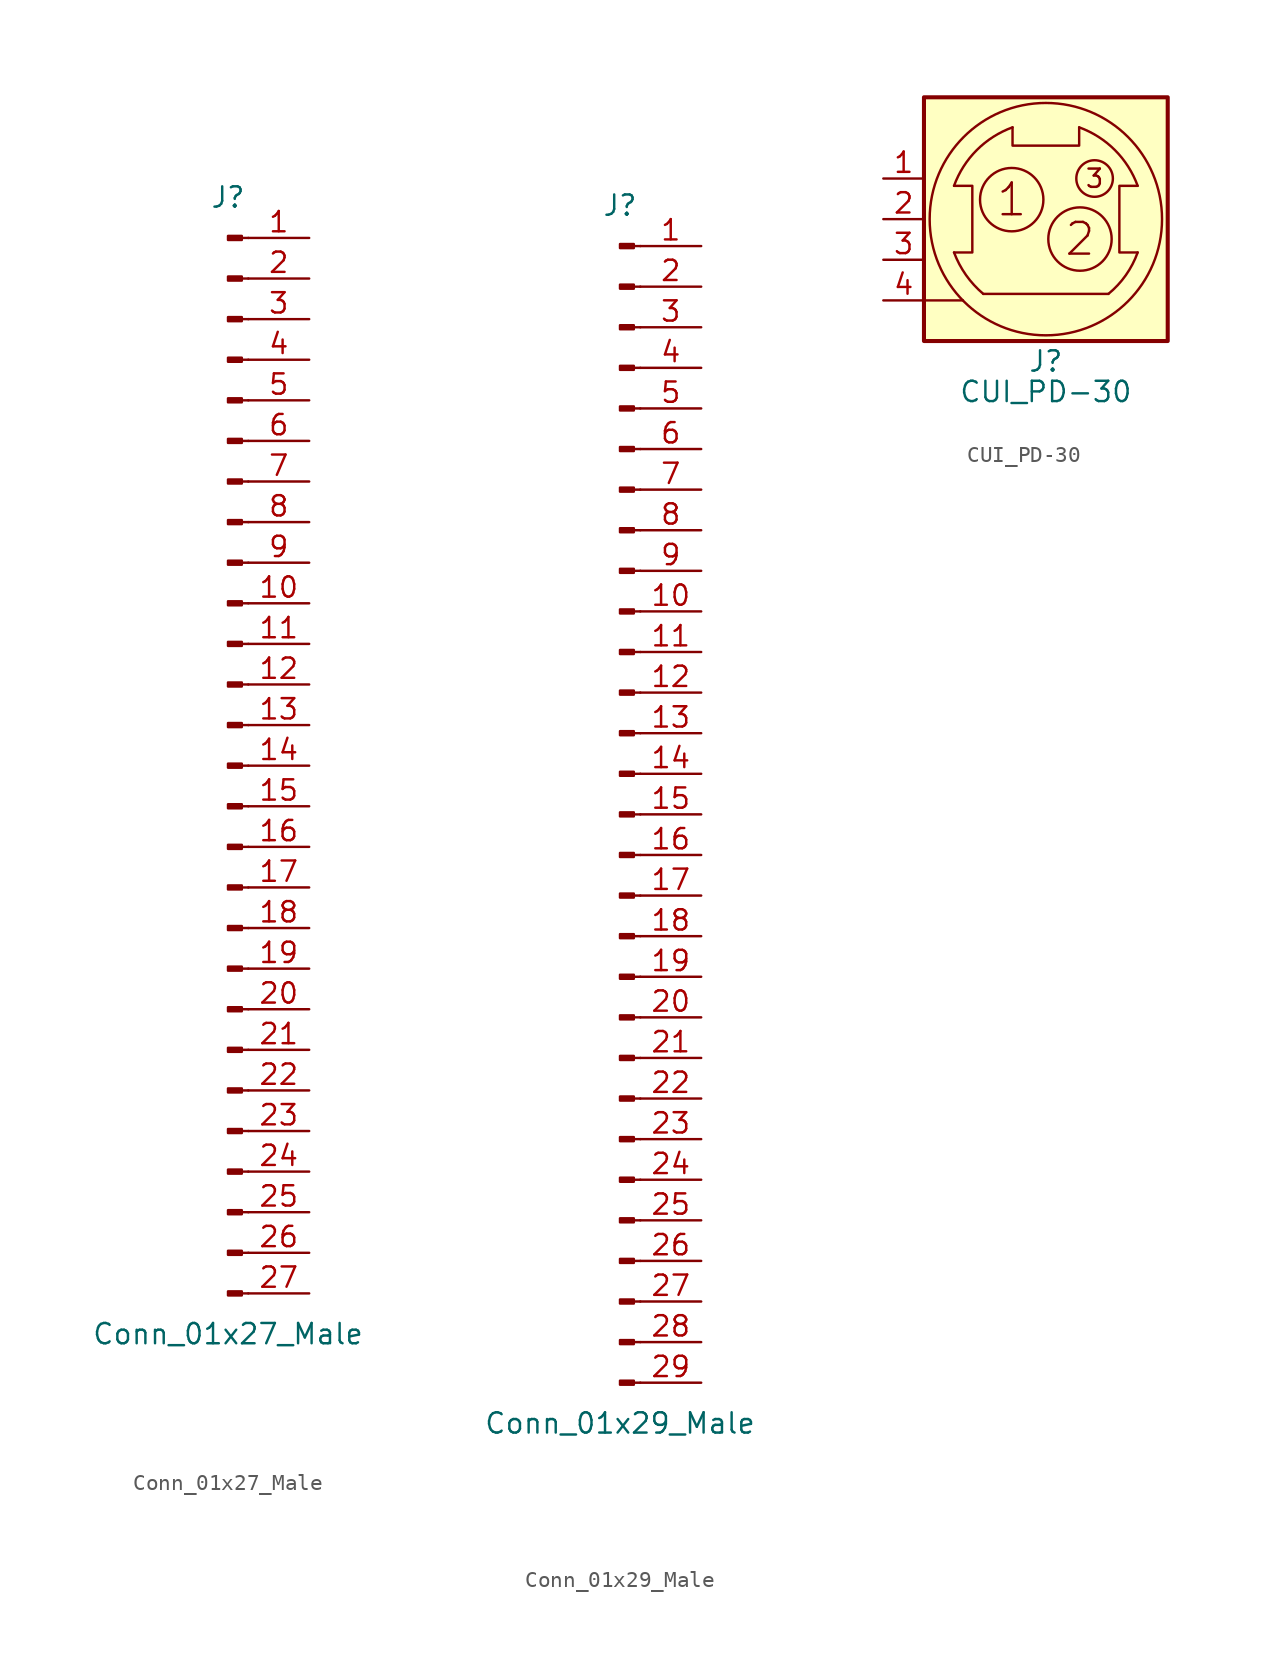
<source format=kicad_sym>
(kicad_symbol_lib
  (version 20201005)
  (generator kicad_symbol_editor)
  (symbol "Conn_01x27_Male"
    (pin_names
      (offset 1.016) hide)
    (property "Reference" "J"
      (at 0 35.56 0)
      (effects (font (size 1.27 1.27))))
    (property "Value" "Conn_01x27_Male"
      (at 0 -35.56 0)
      (effects (font (size 1.27 1.27))))
    (symbol "Conn_01x27_Male_1_1"
      (rectangle (start 0.864 -32.893) (end 0 -33.147) (stroke (width 0.152)) (fill (type outline)))
      (rectangle (start 0.864 -30.353) (end 0 -30.607) (stroke (width 0.152)) (fill (type outline)))
      (rectangle (start 0.864 -27.813) (end 0 -28.067) (stroke (width 0.152)) (fill (type outline)))
      (rectangle (start 0.864 -25.273) (end 0 -25.527) (stroke (width 0.152)) (fill (type outline)))
      (rectangle (start 0.864 -22.733) (end 0 -22.987) (stroke (width 0.152)) (fill (type outline)))
      (rectangle (start 0.864 -20.193) (end 0 -20.447) (stroke (width 0.152)) (fill (type outline)))
      (rectangle (start 0.864 -17.653) (end 0 -17.907) (stroke (width 0.152)) (fill (type outline)))
      (rectangle (start 0.864 -15.113) (end 0 -15.367) (stroke (width 0.152)) (fill (type outline)))
      (rectangle (start 0.864 -12.573) (end 0 -12.827) (stroke (width 0.152)) (fill (type outline)))
      (rectangle (start 0.864 -10.033) (end 0 -10.287) (stroke (width 0.152)) (fill (type outline)))
      (rectangle (start 0.864 -7.493) (end 0 -7.747) (stroke (width 0.152)) (fill (type outline)))
      (rectangle (start 0.864 -4.953) (end 0 -5.207) (stroke (width 0.152)) (fill (type outline)))
      (rectangle (start 0.864 -2.413) (end 0 -2.667) (stroke (width 0.152)) (fill (type outline)))
      (rectangle (start 0.864 0.127) (end 0 -0.127) (stroke (width 0.152)) (fill (type outline)))
      (rectangle (start 0.864 2.667) (end 0 2.413) (stroke (width 0.152)) (fill (type outline)))
      (rectangle (start 0.864 5.207) (end 0 4.953) (stroke (width 0.152)) (fill (type outline)))
      (rectangle (start 0.864 7.747) (end 0 7.493) (stroke (width 0.152)) (fill (type outline)))
      (rectangle (start 0.864 10.287) (end 0 10.033) (stroke (width 0.152)) (fill (type outline)))
      (rectangle (start 0.864 12.827) (end 0 12.573) (stroke (width 0.152)) (fill (type outline)))
      (rectangle (start 0.864 15.367) (end 0 15.113) (stroke (width 0.152)) (fill (type outline)))
      (rectangle (start 0.864 17.907) (end 0 17.653) (stroke (width 0.152)) (fill (type outline)))
      (rectangle (start 0.864 20.447) (end 0 20.193) (stroke (width 0.152)) (fill (type outline)))
      (rectangle (start 0.864 22.987) (end 0 22.733) (stroke (width 0.152)) (fill (type outline)))
      (rectangle (start 0.864 25.527) (end 0 25.273) (stroke (width 0.152)) (fill (type outline)))
      (rectangle (start 0.864 28.067) (end 0 27.813) (stroke (width 0.152)) (fill (type outline)))
      (rectangle (start 0.864 30.607) (end 0 30.353) (stroke (width 0.152)) (fill (type outline)))
      (rectangle (start 0.864 33.147) (end 0 32.893) (stroke (width 0.152)) (fill (type outline)))
      (polyline (pts (xy 1.27 -33.02) (xy 0.864 -33.02)) (stroke (width 0.152)) (fill (type none)))
      (polyline (pts (xy 1.27 -30.48) (xy 0.864 -30.48)) (stroke (width 0.152)) (fill (type none)))
      (polyline (pts (xy 1.27 -27.94) (xy 0.864 -27.94)) (stroke (width 0.152)) (fill (type none)))
      (polyline (pts (xy 1.27 -25.4) (xy 0.864 -25.4)) (stroke (width 0.152)) (fill (type none)))
      (polyline (pts (xy 1.27 -22.86) (xy 0.864 -22.86)) (stroke (width 0.152)) (fill (type none)))
      (polyline (pts (xy 1.27 -20.32) (xy 0.864 -20.32)) (stroke (width 0.152)) (fill (type none)))
      (polyline (pts (xy 1.27 -17.78) (xy 0.864 -17.78)) (stroke (width 0.152)) (fill (type none)))
      (polyline (pts (xy 1.27 -15.24) (xy 0.864 -15.24)) (stroke (width 0.152)) (fill (type none)))
      (polyline (pts (xy 1.27 -12.7) (xy 0.864 -12.7)) (stroke (width 0.152)) (fill (type none)))
      (polyline (pts (xy 1.27 -10.16) (xy 0.864 -10.16)) (stroke (width 0.152)) (fill (type none)))
      (polyline (pts (xy 1.27 -7.62) (xy 0.864 -7.62)) (stroke (width 0.152)) (fill (type none)))
      (polyline (pts (xy 1.27 -5.08) (xy 0.864 -5.08)) (stroke (width 0.152)) (fill (type none)))
      (polyline (pts (xy 1.27 -2.54) (xy 0.864 -2.54)) (stroke (width 0.152)) (fill (type none)))
      (polyline (pts (xy 1.27 0) (xy 0.864 0)) (stroke (width 0.152)) (fill (type none)))
      (polyline (pts (xy 1.27 2.54) (xy 0.864 2.54)) (stroke (width 0.152)) (fill (type none)))
      (polyline (pts (xy 1.27 5.08) (xy 0.864 5.08)) (stroke (width 0.152)) (fill (type none)))
      (polyline (pts (xy 1.27 7.62) (xy 0.864 7.62)) (stroke (width 0.152)) (fill (type none)))
      (polyline (pts (xy 1.27 10.16) (xy 0.864 10.16)) (stroke (width 0.152)) (fill (type none)))
      (polyline (pts (xy 1.27 12.7) (xy 0.864 12.7)) (stroke (width 0.152)) (fill (type none)))
      (polyline (pts (xy 1.27 15.24) (xy 0.864 15.24)) (stroke (width 0.152)) (fill (type none)))
      (polyline (pts (xy 1.27 17.78) (xy 0.864 17.78)) (stroke (width 0.152)) (fill (type none)))
      (polyline (pts (xy 1.27 20.32) (xy 0.864 20.32)) (stroke (width 0.152)) (fill (type none)))
      (polyline (pts (xy 1.27 22.86) (xy 0.864 22.86)) (stroke (width 0.152)) (fill (type none)))
      (polyline (pts (xy 1.27 25.4) (xy 0.864 25.4)) (stroke (width 0.152)) (fill (type none)))
      (polyline (pts (xy 1.27 27.94) (xy 0.864 27.94)) (stroke (width 0.152)) (fill (type none)))
      (polyline (pts (xy 1.27 30.48) (xy 0.864 30.48)) (stroke (width 0.152)) (fill (type none)))
      (polyline (pts (xy 1.27 33.02) (xy 0.864 33.02)) (stroke (width 0.152)) (fill (type none)))
      (pin passive line (at 5.08 33.02 180) (length 3.81) (name "Pin_1" (effects (font (size 1.27 1.27)))) (number "1" (effects (font (size 1.27 1.27)))))
      (pin passive line (at 5.08 10.16 180) (length 3.81) (name "Pin_10" (effects (font (size 1.27 1.27)))) (number "10" (effects (font (size 1.27 1.27)))))
      (pin passive line (at 5.08 7.62 180) (length 3.81) (name "Pin_11" (effects (font (size 1.27 1.27)))) (number "11" (effects (font (size 1.27 1.27)))))
      (pin passive line (at 5.08 5.08 180) (length 3.81) (name "Pin_12" (effects (font (size 1.27 1.27)))) (number "12" (effects (font (size 1.27 1.27)))))
      (pin passive line (at 5.08 2.54 180) (length 3.81) (name "Pin_13" (effects (font (size 1.27 1.27)))) (number "13" (effects (font (size 1.27 1.27)))))
      (pin passive line (at 5.08 0 180) (length 3.81) (name "Pin_14" (effects (font (size 1.27 1.27)))) (number "14" (effects (font (size 1.27 1.27)))))
      (pin passive line (at 5.08 -2.54 180) (length 3.81) (name "Pin_15" (effects (font (size 1.27 1.27)))) (number "15" (effects (font (size 1.27 1.27)))))
      (pin passive line (at 5.08 -5.08 180) (length 3.81) (name "Pin_16" (effects (font (size 1.27 1.27)))) (number "16" (effects (font (size 1.27 1.27)))))
      (pin passive line (at 5.08 -7.62 180) (length 3.81) (name "Pin_17" (effects (font (size 1.27 1.27)))) (number "17" (effects (font (size 1.27 1.27)))))
      (pin passive line (at 5.08 -10.16 180) (length 3.81) (name "Pin_18" (effects (font (size 1.27 1.27)))) (number "18" (effects (font (size 1.27 1.27)))))
      (pin passive line (at 5.08 -12.7 180) (length 3.81) (name "Pin_19" (effects (font (size 1.27 1.27)))) (number "19" (effects (font (size 1.27 1.27)))))
      (pin passive line (at 5.08 30.48 180) (length 3.81) (name "Pin_2" (effects (font (size 1.27 1.27)))) (number "2" (effects (font (size 1.27 1.27)))))
      (pin passive line (at 5.08 -15.24 180) (length 3.81) (name "Pin_20" (effects (font (size 1.27 1.27)))) (number "20" (effects (font (size 1.27 1.27)))))
      (pin passive line (at 5.08 -17.78 180) (length 3.81) (name "Pin_21" (effects (font (size 1.27 1.27)))) (number "21" (effects (font (size 1.27 1.27)))))
      (pin passive line (at 5.08 -20.32 180) (length 3.81) (name "Pin_22" (effects (font (size 1.27 1.27)))) (number "22" (effects (font (size 1.27 1.27)))))
      (pin passive line (at 5.08 -22.86 180) (length 3.81) (name "Pin_23" (effects (font (size 1.27 1.27)))) (number "23" (effects (font (size 1.27 1.27)))))
      (pin passive line (at 5.08 -25.4 180) (length 3.81) (name "Pin_24" (effects (font (size 1.27 1.27)))) (number "24" (effects (font (size 1.27 1.27)))))
      (pin passive line (at 5.08 -27.94 180) (length 3.81) (name "Pin_25" (effects (font (size 1.27 1.27)))) (number "25" (effects (font (size 1.27 1.27)))))
      (pin passive line (at 5.08 -30.48 180) (length 3.81) (name "Pin_26" (effects (font (size 1.27 1.27)))) (number "26" (effects (font (size 1.27 1.27)))))
      (pin passive line (at 5.08 -33.02 180) (length 3.81) (name "Pin_27" (effects (font (size 1.27 1.27)))) (number "27" (effects (font (size 1.27 1.27)))))
      (pin passive line (at 5.08 27.94 180) (length 3.81) (name "Pin_3" (effects (font (size 1.27 1.27)))) (number "3" (effects (font (size 1.27 1.27)))))
      (pin passive line (at 5.08 25.4 180) (length 3.81) (name "Pin_4" (effects (font (size 1.27 1.27)))) (number "4" (effects (font (size 1.27 1.27)))))
      (pin passive line (at 5.08 22.86 180) (length 3.81) (name "Pin_5" (effects (font (size 1.27 1.27)))) (number "5" (effects (font (size 1.27 1.27)))))
      (pin passive line (at 5.08 20.32 180) (length 3.81) (name "Pin_6" (effects (font (size 1.27 1.27)))) (number "6" (effects (font (size 1.27 1.27)))))
      (pin passive line (at 5.08 17.78 180) (length 3.81) (name "Pin_7" (effects (font (size 1.27 1.27)))) (number "7" (effects (font (size 1.27 1.27)))))
      (pin passive line (at 5.08 15.24 180) (length 3.81) (name "Pin_8" (effects (font (size 1.27 1.27)))) (number "8" (effects (font (size 1.27 1.27)))))
      (pin passive line (at 5.08 12.7 180) (length 3.81) (name "Pin_9" (effects (font (size 1.27 1.27)))) (number "9" (effects (font (size 1.27 1.27)))))))
  (symbol "Conn_01x29_Male"
    (pin_names
      (offset 1.016) hide)
    (property "Reference" "J"
      (at 0 38.1 0)
      (effects (font (size 1.27 1.27))))
    (property "Value" "Conn_01x29_Male"
      (at 0 -38.1 0)
      (effects (font (size 1.27 1.27))))
    (symbol "Conn_01x29_Male_1_1"
      (rectangle (start 0.864 -35.433) (end 0 -35.687) (stroke (width 0.152)) (fill (type outline)))
      (rectangle (start 0.864 -32.893) (end 0 -33.147) (stroke (width 0.152)) (fill (type outline)))
      (rectangle (start 0.864 -30.353) (end 0 -30.607) (stroke (width 0.152)) (fill (type outline)))
      (rectangle (start 0.864 -27.813) (end 0 -28.067) (stroke (width 0.152)) (fill (type outline)))
      (rectangle (start 0.864 -25.273) (end 0 -25.527) (stroke (width 0.152)) (fill (type outline)))
      (rectangle (start 0.864 -22.733) (end 0 -22.987) (stroke (width 0.152)) (fill (type outline)))
      (rectangle (start 0.864 -20.193) (end 0 -20.447) (stroke (width 0.152)) (fill (type outline)))
      (rectangle (start 0.864 -17.653) (end 0 -17.907) (stroke (width 0.152)) (fill (type outline)))
      (rectangle (start 0.864 -15.113) (end 0 -15.367) (stroke (width 0.152)) (fill (type outline)))
      (rectangle (start 0.864 -12.573) (end 0 -12.827) (stroke (width 0.152)) (fill (type outline)))
      (rectangle (start 0.864 -10.033) (end 0 -10.287) (stroke (width 0.152)) (fill (type outline)))
      (rectangle (start 0.864 -7.493) (end 0 -7.747) (stroke (width 0.152)) (fill (type outline)))
      (rectangle (start 0.864 -4.953) (end 0 -5.207) (stroke (width 0.152)) (fill (type outline)))
      (rectangle (start 0.864 -2.413) (end 0 -2.667) (stroke (width 0.152)) (fill (type outline)))
      (rectangle (start 0.864 0.127) (end 0 -0.127) (stroke (width 0.152)) (fill (type outline)))
      (rectangle (start 0.864 2.667) (end 0 2.413) (stroke (width 0.152)) (fill (type outline)))
      (rectangle (start 0.864 5.207) (end 0 4.953) (stroke (width 0.152)) (fill (type outline)))
      (rectangle (start 0.864 7.747) (end 0 7.493) (stroke (width 0.152)) (fill (type outline)))
      (rectangle (start 0.864 10.287) (end 0 10.033) (stroke (width 0.152)) (fill (type outline)))
      (rectangle (start 0.864 12.827) (end 0 12.573) (stroke (width 0.152)) (fill (type outline)))
      (rectangle (start 0.864 15.367) (end 0 15.113) (stroke (width 0.152)) (fill (type outline)))
      (rectangle (start 0.864 17.907) (end 0 17.653) (stroke (width 0.152)) (fill (type outline)))
      (rectangle (start 0.864 20.447) (end 0 20.193) (stroke (width 0.152)) (fill (type outline)))
      (rectangle (start 0.864 22.987) (end 0 22.733) (stroke (width 0.152)) (fill (type outline)))
      (rectangle (start 0.864 25.527) (end 0 25.273) (stroke (width 0.152)) (fill (type outline)))
      (rectangle (start 0.864 28.067) (end 0 27.813) (stroke (width 0.152)) (fill (type outline)))
      (rectangle (start 0.864 30.607) (end 0 30.353) (stroke (width 0.152)) (fill (type outline)))
      (rectangle (start 0.864 33.147) (end 0 32.893) (stroke (width 0.152)) (fill (type outline)))
      (rectangle (start 0.864 35.687) (end 0 35.433) (stroke (width 0.152)) (fill (type outline)))
      (polyline (pts (xy 1.27 -35.56) (xy 0.864 -35.56)) (stroke (width 0.152)) (fill (type none)))
      (polyline (pts (xy 1.27 -33.02) (xy 0.864 -33.02)) (stroke (width 0.152)) (fill (type none)))
      (polyline (pts (xy 1.27 -30.48) (xy 0.864 -30.48)) (stroke (width 0.152)) (fill (type none)))
      (polyline (pts (xy 1.27 -27.94) (xy 0.864 -27.94)) (stroke (width 0.152)) (fill (type none)))
      (polyline (pts (xy 1.27 -25.4) (xy 0.864 -25.4)) (stroke (width 0.152)) (fill (type none)))
      (polyline (pts (xy 1.27 -22.86) (xy 0.864 -22.86)) (stroke (width 0.152)) (fill (type none)))
      (polyline (pts (xy 1.27 -20.32) (xy 0.864 -20.32)) (stroke (width 0.152)) (fill (type none)))
      (polyline (pts (xy 1.27 -17.78) (xy 0.864 -17.78)) (stroke (width 0.152)) (fill (type none)))
      (polyline (pts (xy 1.27 -15.24) (xy 0.864 -15.24)) (stroke (width 0.152)) (fill (type none)))
      (polyline (pts (xy 1.27 -12.7) (xy 0.864 -12.7)) (stroke (width 0.152)) (fill (type none)))
      (polyline (pts (xy 1.27 -10.16) (xy 0.864 -10.16)) (stroke (width 0.152)) (fill (type none)))
      (polyline (pts (xy 1.27 -7.62) (xy 0.864 -7.62)) (stroke (width 0.152)) (fill (type none)))
      (polyline (pts (xy 1.27 -5.08) (xy 0.864 -5.08)) (stroke (width 0.152)) (fill (type none)))
      (polyline (pts (xy 1.27 -2.54) (xy 0.864 -2.54)) (stroke (width 0.152)) (fill (type none)))
      (polyline (pts (xy 1.27 0) (xy 0.864 0)) (stroke (width 0.152)) (fill (type none)))
      (polyline (pts (xy 1.27 2.54) (xy 0.864 2.54)) (stroke (width 0.152)) (fill (type none)))
      (polyline (pts (xy 1.27 5.08) (xy 0.864 5.08)) (stroke (width 0.152)) (fill (type none)))
      (polyline (pts (xy 1.27 7.62) (xy 0.864 7.62)) (stroke (width 0.152)) (fill (type none)))
      (polyline (pts (xy 1.27 10.16) (xy 0.864 10.16)) (stroke (width 0.152)) (fill (type none)))
      (polyline (pts (xy 1.27 12.7) (xy 0.864 12.7)) (stroke (width 0.152)) (fill (type none)))
      (polyline (pts (xy 1.27 15.24) (xy 0.864 15.24)) (stroke (width 0.152)) (fill (type none)))
      (polyline (pts (xy 1.27 17.78) (xy 0.864 17.78)) (stroke (width 0.152)) (fill (type none)))
      (polyline (pts (xy 1.27 20.32) (xy 0.864 20.32)) (stroke (width 0.152)) (fill (type none)))
      (polyline (pts (xy 1.27 22.86) (xy 0.864 22.86)) (stroke (width 0.152)) (fill (type none)))
      (polyline (pts (xy 1.27 25.4) (xy 0.864 25.4)) (stroke (width 0.152)) (fill (type none)))
      (polyline (pts (xy 1.27 27.94) (xy 0.864 27.94)) (stroke (width 0.152)) (fill (type none)))
      (polyline (pts (xy 1.27 30.48) (xy 0.864 30.48)) (stroke (width 0.152)) (fill (type none)))
      (polyline (pts (xy 1.27 33.02) (xy 0.864 33.02)) (stroke (width 0.152)) (fill (type none)))
      (polyline (pts (xy 1.27 35.56) (xy 0.864 35.56)) (stroke (width 0.152)) (fill (type none)))
      (pin passive line (at 5.08 35.56 180) (length 3.81) (name "Pin_1" (effects (font (size 1.27 1.27)))) (number "1" (effects (font (size 1.27 1.27)))))
      (pin passive line (at 5.08 12.7 180) (length 3.81) (name "Pin_10" (effects (font (size 1.27 1.27)))) (number "10" (effects (font (size 1.27 1.27)))))
      (pin passive line (at 5.08 10.16 180) (length 3.81) (name "Pin_11" (effects (font (size 1.27 1.27)))) (number "11" (effects (font (size 1.27 1.27)))))
      (pin passive line (at 5.08 7.62 180) (length 3.81) (name "Pin_12" (effects (font (size 1.27 1.27)))) (number "12" (effects (font (size 1.27 1.27)))))
      (pin passive line (at 5.08 5.08 180) (length 3.81) (name "Pin_13" (effects (font (size 1.27 1.27)))) (number "13" (effects (font (size 1.27 1.27)))))
      (pin passive line (at 5.08 2.54 180) (length 3.81) (name "Pin_14" (effects (font (size 1.27 1.27)))) (number "14" (effects (font (size 1.27 1.27)))))
      (pin passive line (at 5.08 0 180) (length 3.81) (name "Pin_15" (effects (font (size 1.27 1.27)))) (number "15" (effects (font (size 1.27 1.27)))))
      (pin passive line (at 5.08 -2.54 180) (length 3.81) (name "Pin_16" (effects (font (size 1.27 1.27)))) (number "16" (effects (font (size 1.27 1.27)))))
      (pin passive line (at 5.08 -5.08 180) (length 3.81) (name "Pin_17" (effects (font (size 1.27 1.27)))) (number "17" (effects (font (size 1.27 1.27)))))
      (pin passive line (at 5.08 -7.62 180) (length 3.81) (name "Pin_18" (effects (font (size 1.27 1.27)))) (number "18" (effects (font (size 1.27 1.27)))))
      (pin passive line (at 5.08 -10.16 180) (length 3.81) (name "Pin_19" (effects (font (size 1.27 1.27)))) (number "19" (effects (font (size 1.27 1.27)))))
      (pin passive line (at 5.08 33.02 180) (length 3.81) (name "Pin_2" (effects (font (size 1.27 1.27)))) (number "2" (effects (font (size 1.27 1.27)))))
      (pin passive line (at 5.08 -12.7 180) (length 3.81) (name "Pin_20" (effects (font (size 1.27 1.27)))) (number "20" (effects (font (size 1.27 1.27)))))
      (pin passive line (at 5.08 -15.24 180) (length 3.81) (name "Pin_21" (effects (font (size 1.27 1.27)))) (number "21" (effects (font (size 1.27 1.27)))))
      (pin passive line (at 5.08 -17.78 180) (length 3.81) (name "Pin_22" (effects (font (size 1.27 1.27)))) (number "22" (effects (font (size 1.27 1.27)))))
      (pin passive line (at 5.08 -20.32 180) (length 3.81) (name "Pin_23" (effects (font (size 1.27 1.27)))) (number "23" (effects (font (size 1.27 1.27)))))
      (pin passive line (at 5.08 -22.86 180) (length 3.81) (name "Pin_24" (effects (font (size 1.27 1.27)))) (number "24" (effects (font (size 1.27 1.27)))))
      (pin passive line (at 5.08 -25.4 180) (length 3.81) (name "Pin_25" (effects (font (size 1.27 1.27)))) (number "25" (effects (font (size 1.27 1.27)))))
      (pin passive line (at 5.08 -27.94 180) (length 3.81) (name "Pin_26" (effects (font (size 1.27 1.27)))) (number "26" (effects (font (size 1.27 1.27)))))
      (pin passive line (at 5.08 -30.48 180) (length 3.81) (name "Pin_27" (effects (font (size 1.27 1.27)))) (number "27" (effects (font (size 1.27 1.27)))))
      (pin passive line (at 5.08 -33.02 180) (length 3.81) (name "Pin_28" (effects (font (size 1.27 1.27)))) (number "28" (effects (font (size 1.27 1.27)))))
      (pin passive line (at 5.08 -35.56 180) (length 3.81) (name "Pin_29" (effects (font (size 1.27 1.27)))) (number "29" (effects (font (size 1.27 1.27)))))
      (pin passive line (at 5.08 30.48 180) (length 3.81) (name "Pin_3" (effects (font (size 1.27 1.27)))) (number "3" (effects (font (size 1.27 1.27)))))
      (pin passive line (at 5.08 27.94 180) (length 3.81) (name "Pin_4" (effects (font (size 1.27 1.27)))) (number "4" (effects (font (size 1.27 1.27)))))
      (pin passive line (at 5.08 25.4 180) (length 3.81) (name "Pin_5" (effects (font (size 1.27 1.27)))) (number "5" (effects (font (size 1.27 1.27)))))
      (pin passive line (at 5.08 22.86 180) (length 3.81) (name "Pin_6" (effects (font (size 1.27 1.27)))) (number "6" (effects (font (size 1.27 1.27)))))
      (pin passive line (at 5.08 20.32 180) (length 3.81) (name "Pin_7" (effects (font (size 1.27 1.27)))) (number "7" (effects (font (size 1.27 1.27)))))
      (pin passive line (at 5.08 17.78 180) (length 3.81) (name "Pin_8" (effects (font (size 1.27 1.27)))) (number "8" (effects (font (size 1.27 1.27)))))
      (pin passive line (at 5.08 15.24 180) (length 3.81) (name "Pin_9" (effects (font (size 1.27 1.27)))) (number "9" (effects (font (size 1.27 1.27)))))))
  (symbol "CUI_PD-30"
    (pin_names
      (offset 1.016) hide)
    (property "Reference" "J"
      (at 0 -8.89 0)
      (effects (font (size 1.27 1.27))))
    (property "Value" "CUI_PD-30"
      (at 0 -10.795 0)
      (effects (font (size 1.27 1.27))))
    (symbol "CUI_PD-30_0_1"
      (arc (start 5.7404 2.0828) (end 2.0828 5.7404) (radius (at 0 0) (length 6.096) (angles 20 70)) (stroke (width 0)) (fill (type none)))
      (arc (start -2.0828 5.7404) (end -5.7404 2.0828) (radius (at 0 0) (length 6.096) (angles 110 160)) (stroke (width 0)) (fill (type none)))
      (arc (start -5.7404 -2.0828) (end -3.9116 -4.6736) (radius (at 0 0) (length 6.096) (angles -160 -130)) (stroke (width 0)) (fill (type none)))
      (arc (start 3.9116 -4.6736) (end 5.7404 -2.0828) (radius (at 0 0) (length 6.096) (angles -50 -20)) (stroke (width 0)) (fill (type none)))
      (circle (center -2.134 1.219) (radius 1.981) (stroke (width 0)) (fill (type none)))
      (circle (center 0 0) (radius 7.264) (stroke (width 0)) (fill (type none)))
      (circle (center 2.134 -1.245) (radius 1.981) (stroke (width 0)) (fill (type none)))
      (circle (center 3.048 2.54) (radius 1.143) (stroke (width 0)) (fill (type none)))
      (text "1" (at -2.134 1.219 0) (effects (font (size 1.981 1.981))))
      (text "2" (at 2.134 -1.245 0) (effects (font (size 1.981 1.981))))
      (text "3" (at 3.048 2.54 0) (effects (font (size 1.143 1.143))))
      (rectangle (start -7.62 -7.62) (end 7.62 7.62) (stroke (width 0.254)) (fill (type background)))
      (polyline (pts (xy -7.62 -5.08) (xy -5.182 -5.08)) (stroke (width 0)) (fill (type none)))
      (polyline (pts (xy -3.912 -4.674) (xy 3.912 -4.674)) (stroke (width 0)) (fill (type none)))
      (polyline (pts (xy -5.74 2.083) (xy -4.597 2.083) (xy -4.597 -2.083) (xy -5.74 -2.083)) (stroke (width 0)) (fill (type none)))
      (polyline (pts (xy 2.083 5.74) (xy 2.083 4.597) (xy -2.083 4.597) (xy -2.083 5.74)) (stroke (width 0)) (fill (type none)))
      (polyline (pts (xy 5.74 -2.083) (xy 4.597 -2.083) (xy 4.597 2.083) (xy 5.74 2.083)) (stroke (width 0)) (fill (type none))))
    (symbol "CUI_PD-30_1_1"
      (pin passive line (at -10.16 2.54 0) (length 2.54) (name "1" (effects (font (size 1.27 1.27)))) (number "1" (effects (font (size 1.27 1.27)))))
      (pin passive line (at -10.16 0 0) (length 2.54) (name "2" (effects (font (size 1.27 1.27)))) (number "2" (effects (font (size 1.27 1.27)))))
      (pin passive line (at -10.16 -2.54 0) (length 2.54) (name "3" (effects (font (size 1.27 1.27)))) (number "3" (effects (font (size 1.27 1.27)))))
      (pin passive line (at -10.16 -5.08 0) (length 2.54) (name "Shield" (effects (font (size 1.27 1.27)))) (number "4" (effects (font (size 1.27 1.27))))))))
</source>
